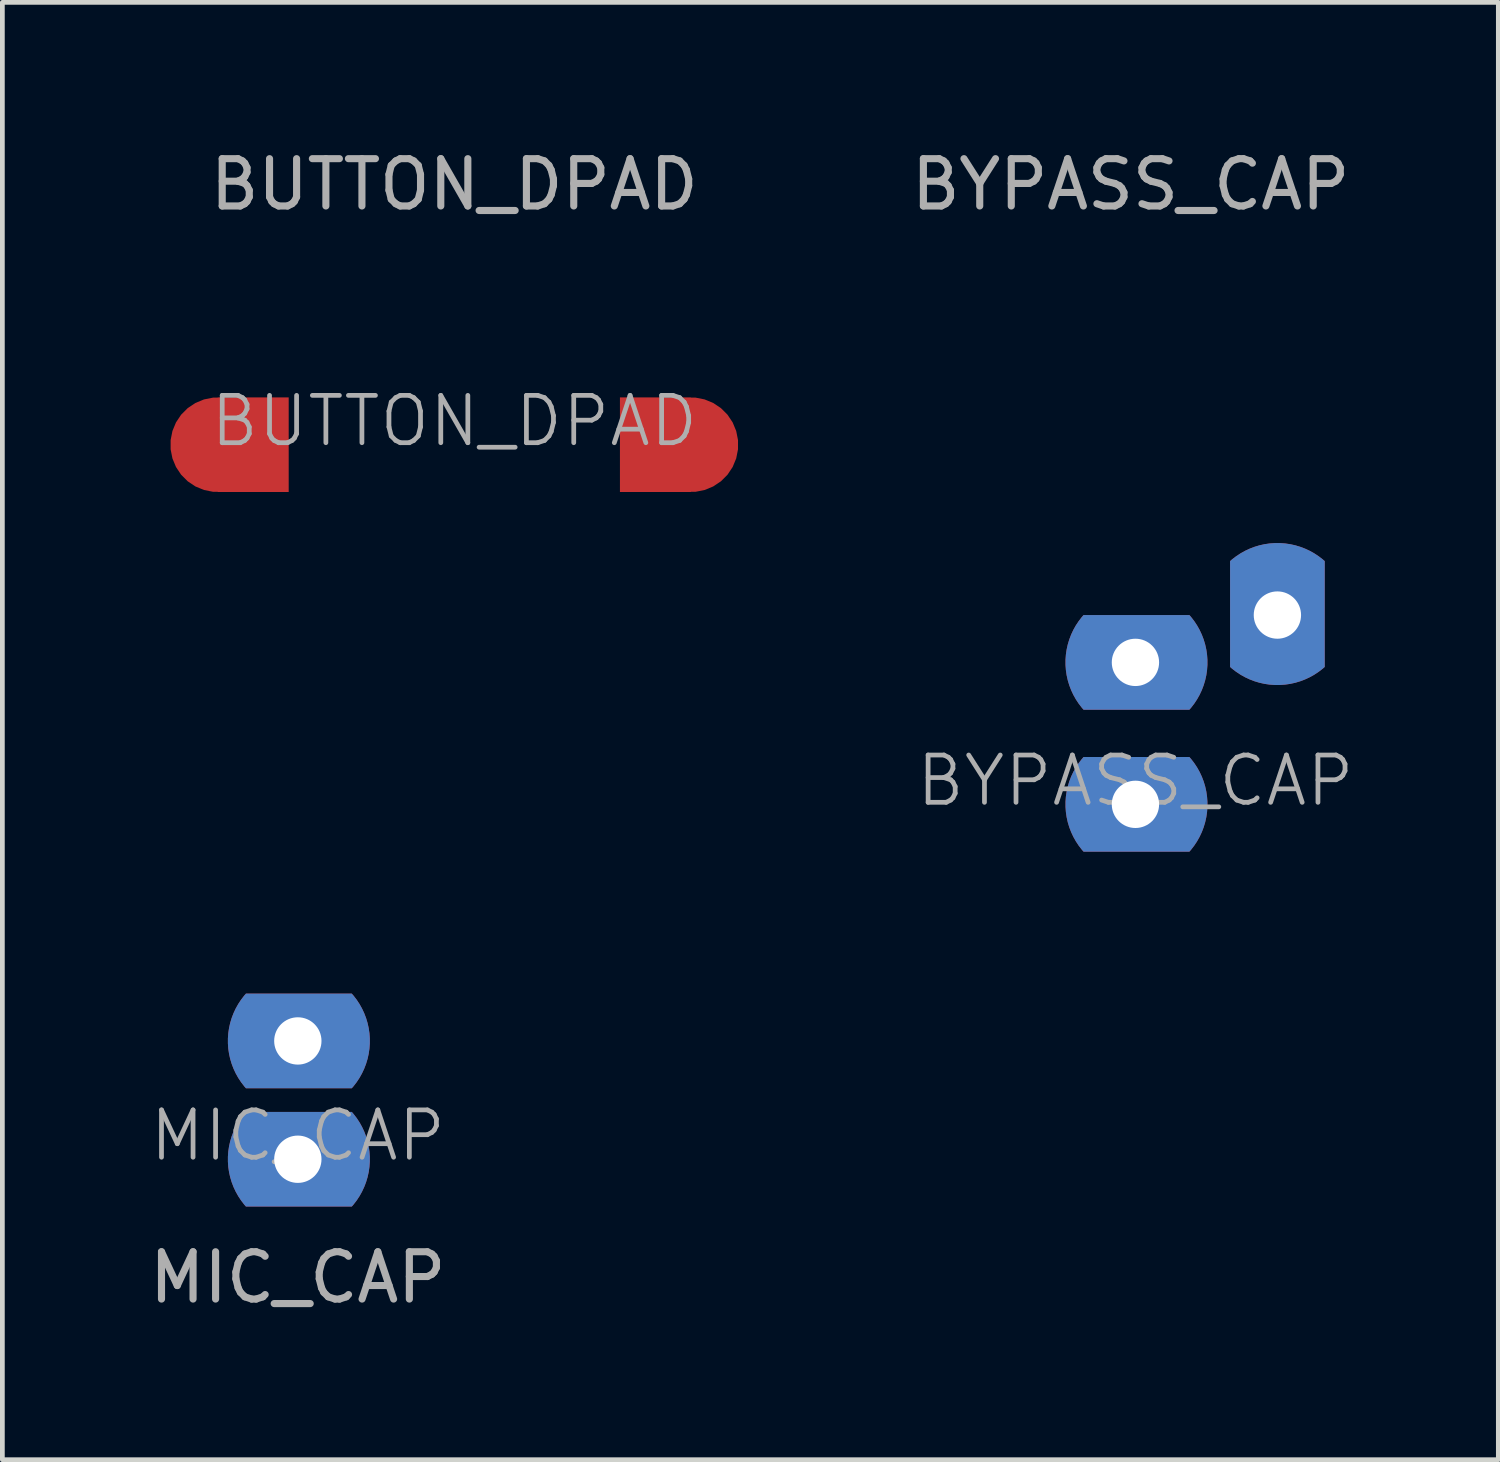
<source format=kicad_pcb>
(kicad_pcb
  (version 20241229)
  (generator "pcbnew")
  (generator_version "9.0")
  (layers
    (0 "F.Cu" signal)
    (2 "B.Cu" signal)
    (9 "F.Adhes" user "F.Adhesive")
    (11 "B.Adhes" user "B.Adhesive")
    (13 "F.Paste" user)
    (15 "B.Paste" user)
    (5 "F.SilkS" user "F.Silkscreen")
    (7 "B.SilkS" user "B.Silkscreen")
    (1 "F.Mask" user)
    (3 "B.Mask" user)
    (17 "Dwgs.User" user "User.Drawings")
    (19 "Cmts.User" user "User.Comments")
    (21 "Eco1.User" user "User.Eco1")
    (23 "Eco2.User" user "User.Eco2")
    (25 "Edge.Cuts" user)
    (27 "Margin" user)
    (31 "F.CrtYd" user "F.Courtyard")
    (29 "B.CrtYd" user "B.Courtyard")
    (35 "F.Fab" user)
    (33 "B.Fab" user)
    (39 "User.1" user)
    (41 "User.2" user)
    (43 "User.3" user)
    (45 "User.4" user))
  (footprint "MIC_CAP"
    (layer "F.Cu")
    (at 3.244 21.448)
    (property "Reference" "MIC_CAP" (at 0 -0.5 0) (unlocked yes) (layer "F.Fab") (effects (font (size 1 1) (thickness 0.1))))
    (attr through_hole)
    (fp_text user "${REFERENCE}" (at 0 2.5 0) (unlocked yes) (layer "F.Fab") (effects (font (size 1 1) (thickness 0.15))))
    (pad "1" thru_hole custom (at 0 0 270) (size 2 2) (drill 1) (layers "*.Cu" "*.Mask") (options (anchor circle)) (primitives (gr_poly (pts (xy 1 1.096) (xy 1 -1.14) (arc (start 0.999995 -1.139788) (mid -0.000003 -1.521751) (end -1 -1.139784)) (xy -1 1.096) (arc (start -0.999998 1.096283) (mid 0 1.478246) (end 0.999997 1.096279))) (width 0) (fill yes))))
    (pad "2" thru_hole custom (at 0 -2.5 270) (size 2 2) (drill 1) (layers "*.Cu" "*.Mask") (options (anchor circle)) (primitives (gr_poly (pts (xy 1 1.096) (xy 1 -1.14) (arc (start 0.999995 -1.139788) (mid -0.000003 -1.521751) (end -1 -1.139784)) (xy -1 1.096) (arc (start -0.999998 1.096283) (mid 0 1.478246) (end 0.999997 1.096279))) (width 0) (fill yes)))))
  (footprint "BYPASS_CAP"
    (layer "F.Cu")
    (at 20.945 13.948)
    (property "Reference" "BYPASS_CAP" (at 0 -0.5 0) (unlocked yes) (layer "F.Fab") (effects (font (size 1 1) (thickness 0.1))))
    (attr through_hole)
    (fp_text user "${REFERENCE}" (at -0.1 -13.1 0) (unlocked yes) (layer "F.Fab") (effects (font (size 1 1) (thickness 0.15))))
    (pad "1" thru_hole custom (at 0 0 270) (size 2 2) (drill 1) (layers "*.Cu" "*.Mask") (options (anchor circle)) (primitives (gr_poly (pts (xy 1 1.096) (xy 1 -1.14) (arc (start 0.999995 -1.139788) (mid -0.000003 -1.521751) (end -1 -1.139784)) (xy -1 1.096) (arc (start -0.999998 1.096283) (mid 0 1.478246) (end 0.999997 1.096279))) (width 0) (fill yes))))
    (pad "2" thru_hole custom (at 0 -3 270) (size 2 2) (drill 1) (layers "*.Cu" "*.Mask") (options (anchor circle)) (primitives (gr_poly (pts (xy 1 1.096) (xy 1 -1.14) (arc (start 0.999995 -1.139788) (mid -0.000003 -1.521751) (end -1 -1.139784)) (xy -1 1.096) (arc (start -0.999998 1.096283) (mid 0 1.478246) (end 0.999997 1.096279))) (width 0) (fill yes))))
    (pad "2" thru_hole custom (at 3 -4) (size 2 2) (drill 1) (layers "*.Cu" "*.Mask") (options (anchor circle)) (primitives (gr_poly (pts (xy 1 1.096) (xy 1 -1.14) (arc (start 0.999995 -1.139788) (mid -0.000003 -1.521751) (end -1 -1.139784)) (xy -1 1.096) (arc (start -0.999998 1.096283) (mid 0 1.478246) (end 0.999997 1.096279))) (width 0) (fill yes)))))
  (footprint "BUTTON_DPAD"
    (layer "F.Cu")
    (at 6.551 6.348)
    (property "Reference" "BUTTON_DPAD" (at 0 -0.5 0) (unlocked yes) (layer "F.Fab") (effects (font (size 1 1) (thickness 0.1))))
    (attr smd)
    (fp_poly (pts (arc (start -0.6 -2.94) (mid -1.7542 -2.4343) (end -2.6 -1.5)) (arc (start -5 -1.5) (mid -6.5 0) (end -5 1.5)) (arc (start -2.6 1.5) (mid -1.754225 2.434398) (end -0.6 2.94))) (stroke (width 0.1) (type solid)) (fill no) (layer "User.4"))
    (fp_poly (pts (arc (start 5 1.5) (mid 6.5 0) (end 5 -1.5)) (arc (start 2.6 -1.5) (mid 1.7542 -2.4343) (end 0.6 -2.94)) (arc (start 0.6 2.94) (mid 1.7452 2.4343) (end 2.6 1.5))) (stroke (width 0.1) (type solid)) (fill no) (layer "User.4"))
    (fp_rect (start -0.25 -3.5) (end 0.25 3.5) (stroke (width 0.1) (type solid)) (fill no) (layer "User.5"))
    (fp_text user "${REFERENCE}" (at 0 -5.5 0) (unlocked yes) (layer "F.Fab") (effects (font (size 1 1) (thickness 0.15))))
    (pad "1" smd custom (at -5 0) (size 2 2) (layers "F.Cu" "F.Mask") (options (anchor circle)) (primitives (gr_rect (start 0 -1) (end 1.5 1) (width 0) (fill yes))))
    (pad "2" smd custom (at 5 0) (size 2 2) (layers "F.Cu" "F.Mask") (options (anchor circle)) (primitives (gr_rect (start -1.5 -1) (end 0 1) (width 0) (fill yes)))))
  (gr_rect
    (start -3 -3)
    (end 28.614 27.797)
    (stroke (width 0.1) (type default))
    (fill no)
    (layer "Edge.Cuts")))
</source>
